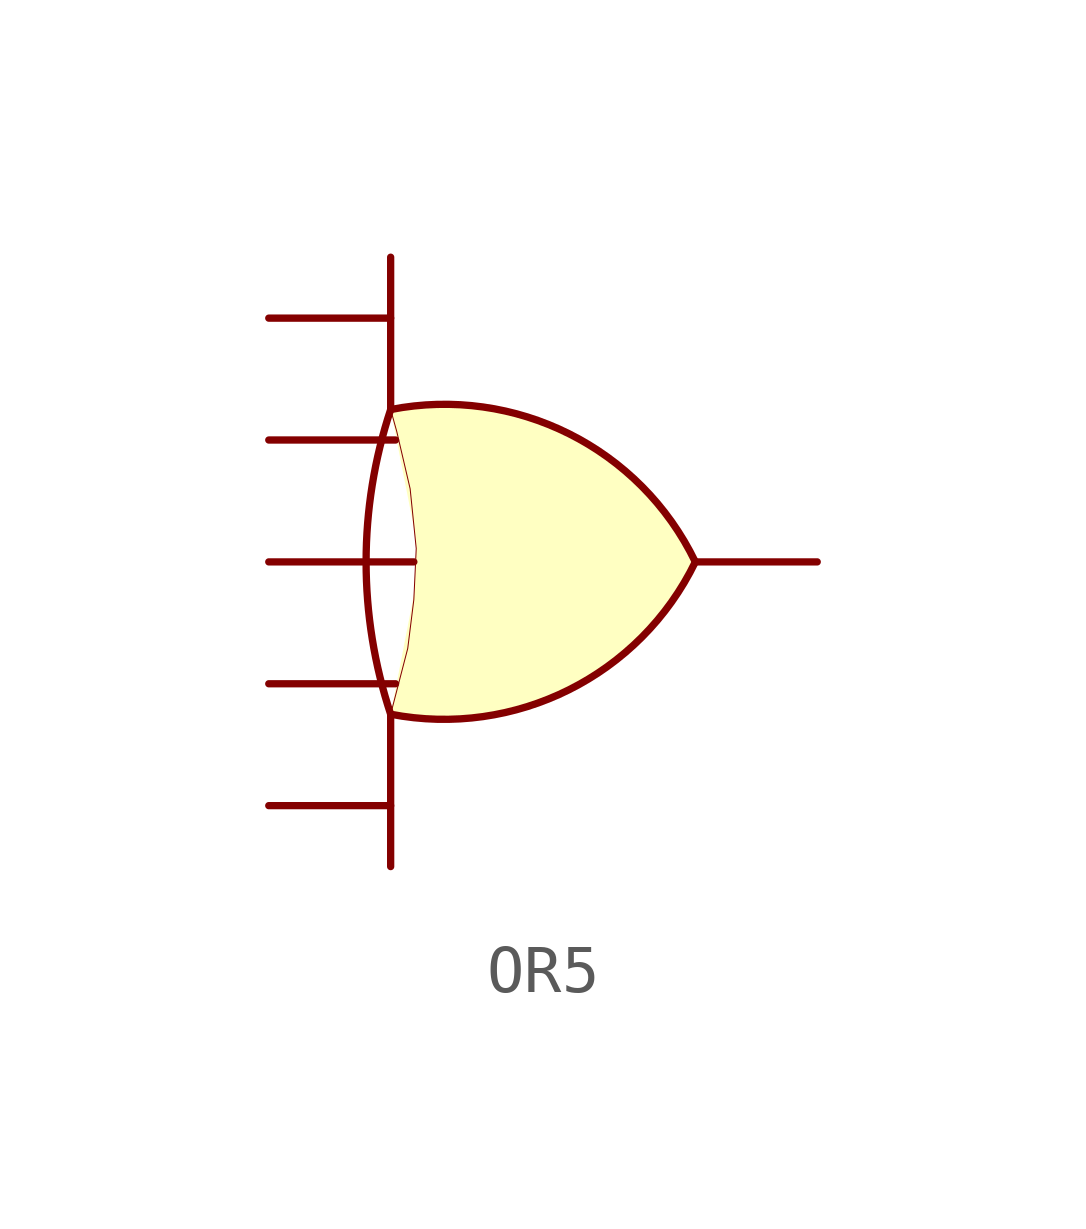
<source format=kicad_sym>
(kicad_symbol_lib
  (version 20211014)
  (generator kicad_symbol_editor)
  (symbol "OR5"
    (property "Reference" "U"
      (at 0 -7.62 0)
      (effects (font (size 1.27 1.27)) hide))
    (symbol "OR5_0_1"
      (arc (start 0 -3.175) (mid 3.7145 -2.6665) (end 6.35 0) (stroke (width 0.1524) (type default) (color 0 0 0 0)) (fill (type background)))
      (polyline (pts (xy 0 -3.175) (xy 0 -6.35)) (stroke (width 0.152) (type default) (color 0 0 0 0)) (fill (type none)))
      (polyline (pts (xy 0 3.175) (xy 0 6.35)) (stroke (width 0.152) (type default) (color 0 0 0 0)) (fill (type none)))
      (polyline (pts (xy 0.991 -3.277) (xy 0 -3.175) (xy 0.356 -1.803) (xy 0.483 -0.787) (xy 0.533 0.279) (xy 0.406 1.524) (xy 0.127 2.718) (xy 0 3.175) (xy 1.067 3.277)) (stroke (width 0.003) (type default) (color 0 0 0 0)) (fill (type background)))
      (arc (start 0 3.175) (mid -19.6982 0) (end 0 -3.175) (stroke (width 0.1524) (type default) (color 0 0 0 0)) (fill (type none)))
      (arc (start 6.35 0) (mid 3.7168 2.6711) (end 0 3.175) (stroke (width 0.1524) (type default) (color 0 0 0 0)) (fill (type background))))
    (symbol "OR5_1_1"
      (pin input line (at -2.54 -5.08 0) (length 2.54) (name "" (effects (font (size 1.27 1.27)))) (number "" (effects (font (size 1.27 1.27)))))
      (pin input line (at -2.54 -2.54 0) (length 2.642) (name "" (effects (font (size 1.27 1.27)))) (number "" (effects (font (size 1.27 1.27)))))
      (pin input line (at -2.54 0 0) (length 3.023) (name "" (effects (font (size 1.27 1.27)))) (number "" (effects (font (size 1.27 1.27)))))
      (pin input line (at -2.54 2.54 0) (length 2.642) (name "" (effects (font (size 1.27 1.27)))) (number "" (effects (font (size 1.27 1.27)))))
      (pin input line (at -2.54 5.08 0) (length 2.54) (name "" (effects (font (size 1.27 1.27)))) (number "" (effects (font (size 1.27 1.27)))))
      (pin output line (at 8.89 0 180) (length 2.54) (name "" (effects (font (size 1.27 1.27)))) (number "" (effects (font (size 1.27 1.27))))))))
</source>
